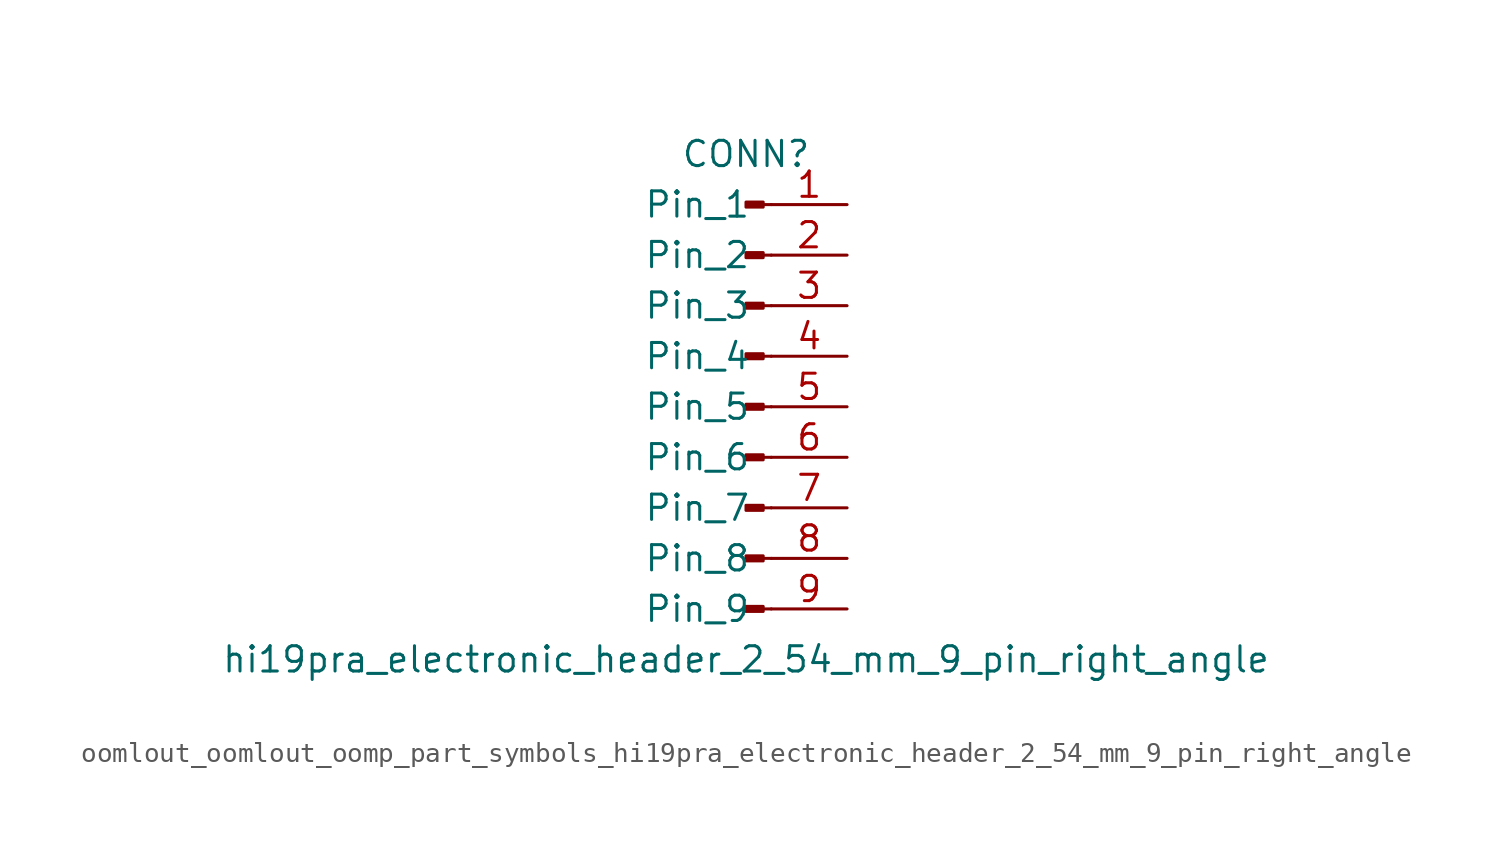
<source format=kicad_sym>
(kicad_symbol_lib
  (version 20220914)
  (generator kicad_symbol_editor)
  (symbol "oomlout_oomlout_oomp_part_symbols_hi19pra_electronic_header_2_54_mm_9_pin_right_angle"
    (pin_names
      (offset 1.016))
    (property "Reference" "CONN"
      (at 0 12.7 0)
      (effects (font (size 1.27 1.27))))
    (property "Value" "hi19pra_electronic_header_2_54_mm_9_pin_right_angle"
      (at 0 -12.7 0)
      (effects (font (size 1.27 1.27))))
    (property "ki_locked" ""
      (at 0 0 0)
      (effects (font (size 1.27 1.27))))
    (symbol "oomlout_oomlout_oomp_part_symbols_hi19pra_electronic_header_2_54_mm_9_pin_right_angle_1_1"
      (polyline (pts (xy 1.27 -10.16) (xy 0.864 -10.16)) (stroke (width 0.152) (type default)) (fill (type none)))
      (polyline (pts (xy 1.27 -7.62) (xy 0.864 -7.62)) (stroke (width 0.152) (type default)) (fill (type none)))
      (polyline (pts (xy 1.27 -5.08) (xy 0.864 -5.08)) (stroke (width 0.152) (type default)) (fill (type none)))
      (polyline (pts (xy 1.27 -2.54) (xy 0.864 -2.54)) (stroke (width 0.152) (type default)) (fill (type none)))
      (polyline (pts (xy 1.27 0) (xy 0.864 0)) (stroke (width 0.152) (type default)) (fill (type none)))
      (polyline (pts (xy 1.27 2.54) (xy 0.864 2.54)) (stroke (width 0.152) (type default)) (fill (type none)))
      (polyline (pts (xy 1.27 5.08) (xy 0.864 5.08)) (stroke (width 0.152) (type default)) (fill (type none)))
      (polyline (pts (xy 1.27 7.62) (xy 0.864 7.62)) (stroke (width 0.152) (type default)) (fill (type none)))
      (polyline (pts (xy 1.27 10.16) (xy 0.864 10.16)) (stroke (width 0.152) (type default)) (fill (type none)))
      (rectangle (start 0.864 -10.033) (end 0 -10.287) (stroke (width 0.152) (type default)) (fill (type outline)))
      (rectangle (start 0.864 -7.493) (end 0 -7.747) (stroke (width 0.152) (type default)) (fill (type outline)))
      (rectangle (start 0.864 -4.953) (end 0 -5.207) (stroke (width 0.152) (type default)) (fill (type outline)))
      (rectangle (start 0.864 -2.413) (end 0 -2.667) (stroke (width 0.152) (type default)) (fill (type outline)))
      (rectangle (start 0.864 0.127) (end 0 -0.127) (stroke (width 0.152) (type default)) (fill (type outline)))
      (rectangle (start 0.864 2.667) (end 0 2.413) (stroke (width 0.152) (type default)) (fill (type outline)))
      (rectangle (start 0.864 5.207) (end 0 4.953) (stroke (width 0.152) (type default)) (fill (type outline)))
      (rectangle (start 0.864 7.747) (end 0 7.493) (stroke (width 0.152) (type default)) (fill (type outline)))
      (rectangle (start 0.864 10.287) (end 0 10.033) (stroke (width 0.152) (type default)) (fill (type outline)))
      (pin passive line (at 5.08 10.16 180) (length 3.81) (name "Pin_1" (effects (font (size 1.27 1.27)))) (number "1" (effects (font (size 1.27 1.27)))))
      (pin passive line (at 5.08 7.62 180) (length 3.81) (name "Pin_2" (effects (font (size 1.27 1.27)))) (number "2" (effects (font (size 1.27 1.27)))))
      (pin passive line (at 5.08 5.08 180) (length 3.81) (name "Pin_3" (effects (font (size 1.27 1.27)))) (number "3" (effects (font (size 1.27 1.27)))))
      (pin passive line (at 5.08 2.54 180) (length 3.81) (name "Pin_4" (effects (font (size 1.27 1.27)))) (number "4" (effects (font (size 1.27 1.27)))))
      (pin passive line (at 5.08 0 180) (length 3.81) (name "Pin_5" (effects (font (size 1.27 1.27)))) (number "5" (effects (font (size 1.27 1.27)))))
      (pin passive line (at 5.08 -2.54 180) (length 3.81) (name "Pin_6" (effects (font (size 1.27 1.27)))) (number "6" (effects (font (size 1.27 1.27)))))
      (pin passive line (at 5.08 -5.08 180) (length 3.81) (name "Pin_7" (effects (font (size 1.27 1.27)))) (number "7" (effects (font (size 1.27 1.27)))))
      (pin passive line (at 5.08 -7.62 180) (length 3.81) (name "Pin_8" (effects (font (size 1.27 1.27)))) (number "8" (effects (font (size 1.27 1.27)))))
      (pin passive line (at 5.08 -10.16 180) (length 3.81) (name "Pin_9" (effects (font (size 1.27 1.27)))) (number "9" (effects (font (size 1.27 1.27))))))))
</source>
